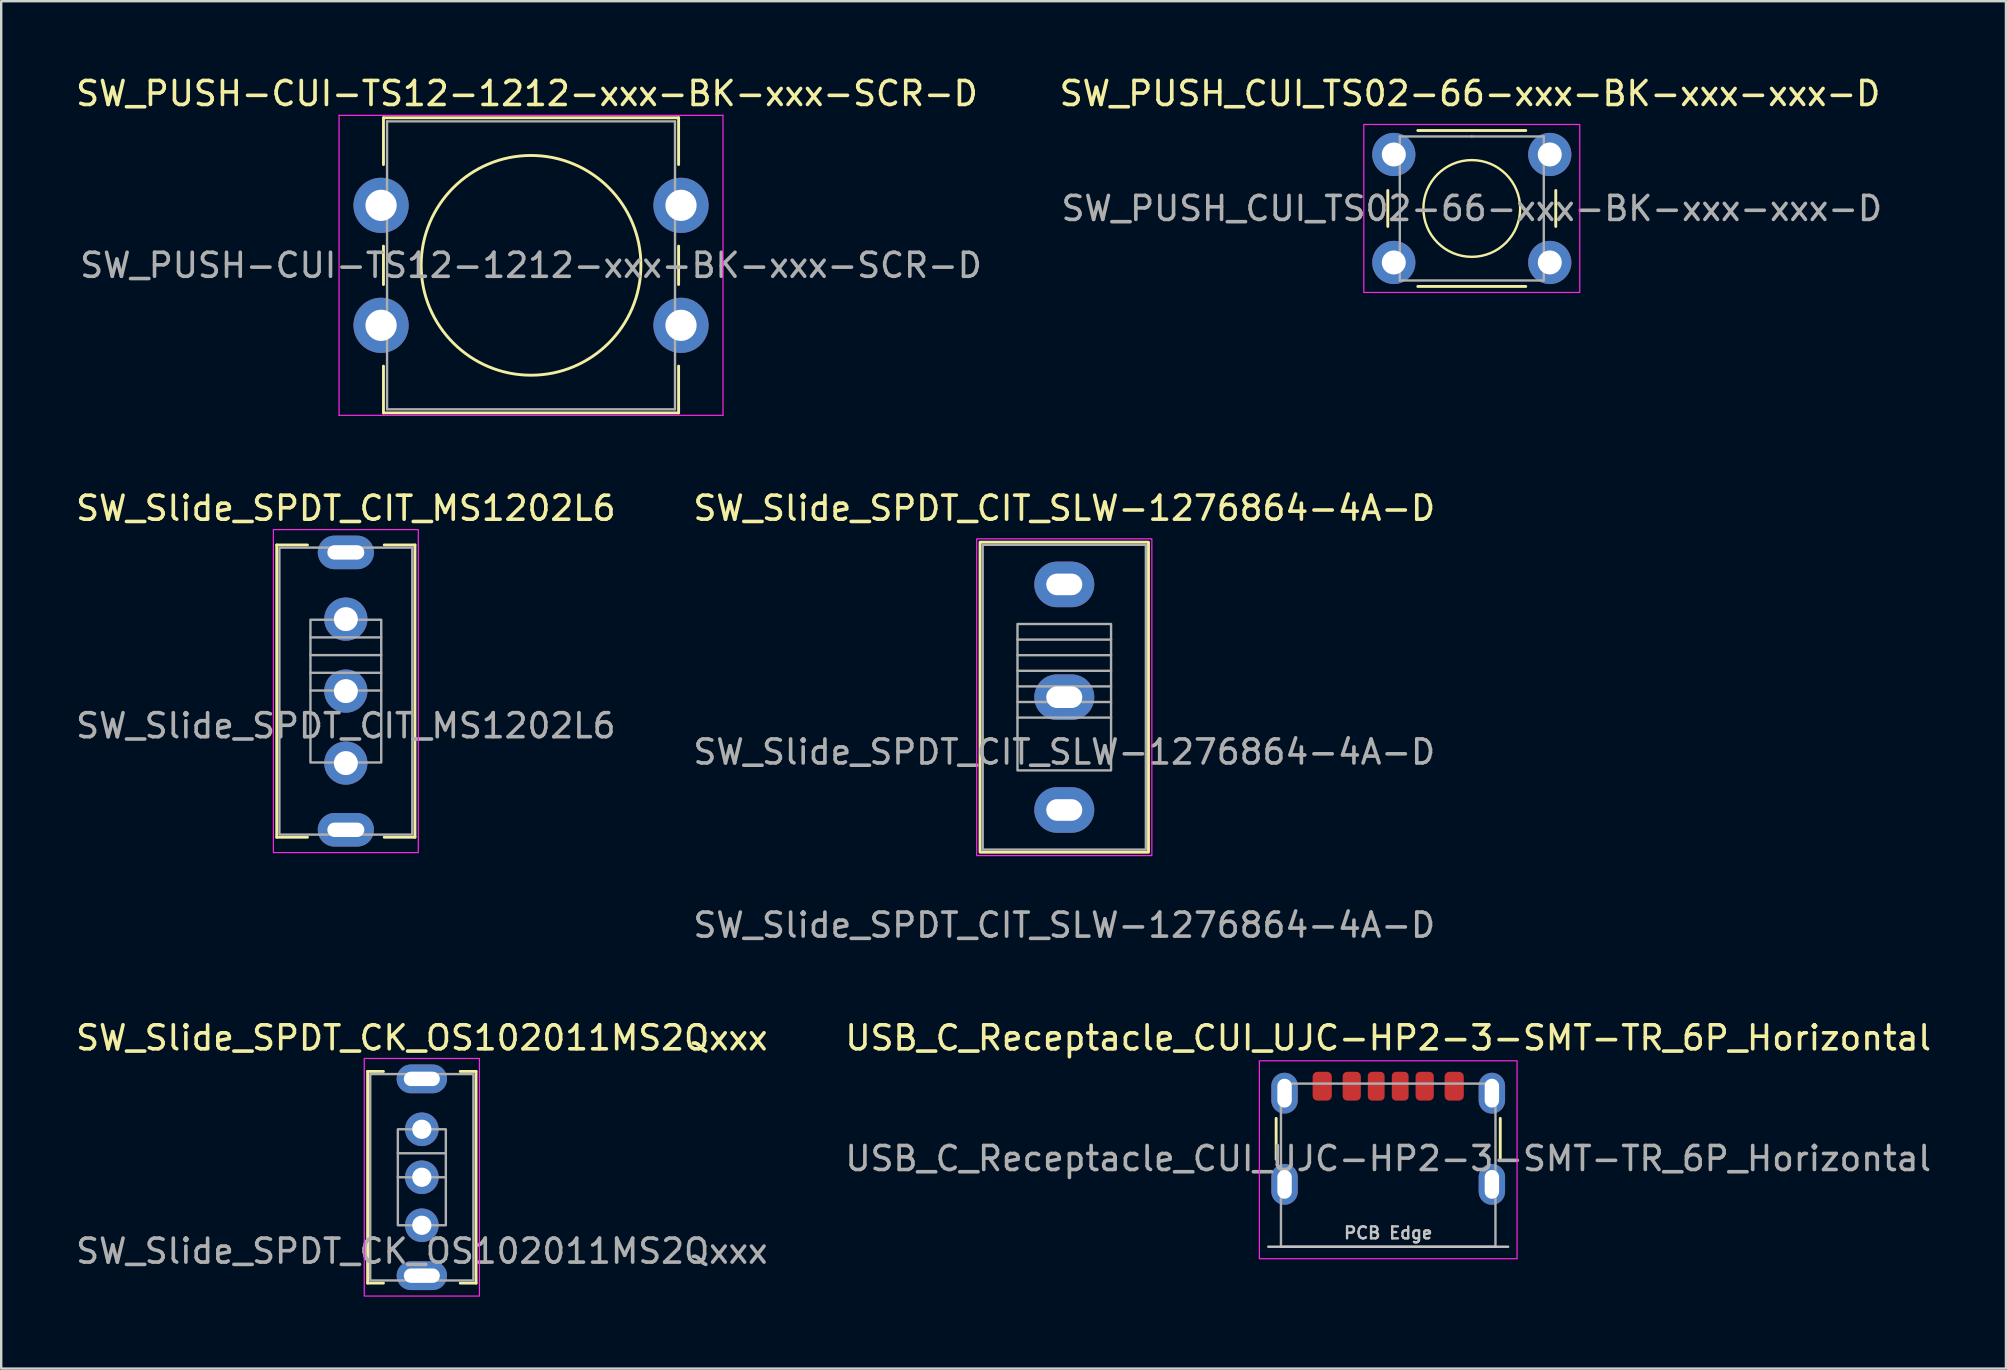
<source format=kicad_pcb>
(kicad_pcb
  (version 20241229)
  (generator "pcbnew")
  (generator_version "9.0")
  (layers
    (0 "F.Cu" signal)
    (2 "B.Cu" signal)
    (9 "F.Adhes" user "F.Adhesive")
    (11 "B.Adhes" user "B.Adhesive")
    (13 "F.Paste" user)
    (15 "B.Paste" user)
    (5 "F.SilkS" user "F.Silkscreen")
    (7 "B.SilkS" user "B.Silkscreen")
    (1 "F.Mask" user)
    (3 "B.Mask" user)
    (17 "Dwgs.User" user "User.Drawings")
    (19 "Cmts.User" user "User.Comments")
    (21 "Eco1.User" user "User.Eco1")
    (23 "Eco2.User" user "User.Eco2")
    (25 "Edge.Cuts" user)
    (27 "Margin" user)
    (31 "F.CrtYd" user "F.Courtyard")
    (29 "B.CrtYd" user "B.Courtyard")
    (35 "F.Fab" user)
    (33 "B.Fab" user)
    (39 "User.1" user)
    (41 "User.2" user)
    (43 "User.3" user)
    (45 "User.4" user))
  (footprint "SW_Slide_SPDT_CIT_SLW-1276864-4A-D"
    (layer "F.Cu")
    (at 41.304 21.306)
    (property "Reference" "SW_Slide_SPDT_CIT_SLW-1276864-4A-D" (at 0 -3.175 0) (unlocked yes) (layer "F.SilkS") (effects (font (size 1 1) (thickness 0.15))))
    (attr through_hole)
    (fp_rect (start -3.51 -1.76) (end 3.51 11.16) (stroke (width 0.12) (type default)) (fill no) (layer "F.SilkS"))
    (fp_rect (start -3.65 -1.9) (end 3.65 11.3) (stroke (width 0.05) (type default)) (fill no) (layer "F.CrtYd"))
    (fp_line (start 1.95 2.3) (end -1.95 2.3) (stroke (width 0.1) (type default)) (layer "F.Fab"))
    (fp_line (start 1.95 2.95) (end -1.95 2.95) (stroke (width 0.1) (type default)) (layer "F.Fab"))
    (fp_line (start 1.95 3.6) (end -1.95 3.6) (stroke (width 0.1) (type default)) (layer "F.Fab"))
    (fp_line (start 1.95 4.25) (end -1.95 4.25) (stroke (width 0.1) (type default)) (layer "F.Fab"))
    (fp_line (start 1.95 4.9) (end -1.95 4.9) (stroke (width 0.1) (type default)) (layer "F.Fab"))
    (fp_line (start 1.95 5.55) (end -1.95 5.55) (stroke (width 0.1) (type default)) (layer "F.Fab"))
    (fp_rect (start 1.95 1.65) (end -1.95 7.75) (stroke (width 0.1) (type default)) (fill no) (layer "F.Fab"))
    (fp_rect (start 3.4 -1.65) (end -3.4 11.05) (stroke (width 0.1) (type default)) (fill no) (layer "F.Fab"))
    (fp_text user "${REFERENCE}" (at 0 14.2 0) (unlocked yes) (layer "F.Fab") (effects (font (size 1 1) (thickness 0.15))))
    (fp_text user "${REFERENCE}" (at 0 6.985 0) (unlocked yes) (layer "F.Fab") (effects (font (size 1 1) (thickness 0.15))))
    (pad "1" thru_hole oval (at 0 0 270) (size 1.9 2.5) (drill oval 0.9 1.5) (layers "*.Cu" "*.Mask"))
    (pad "2" thru_hole oval (at 0 4.7 270) (size 1.9 2.5) (drill oval 0.9 1.5) (layers "*.Cu" "*.Mask"))
    (pad "3" thru_hole oval (at 0 9.4 270) (size 1.9 2.5) (drill oval 0.9 1.5) (layers "*.Cu" "*.Mask")))
  (footprint "SW_PUSH_CUI_TS02-66-xxx-BK-xxx-xxx-D"
    (layer "F.Cu")
    (at 55.037 3.388)
    (property "Reference" "SW_PUSH_CUI_TS02-66-xxx-BK-xxx-xxx-D" (at 3.175 -2.54 0) (layer "F.SilkS") (effects (font (size 1 1) (thickness 0.15))))
    (attr through_hole)
    (fp_line (start -0.25 1.5) (end -0.25 3) (stroke (width 0.12) (type solid)) (layer "F.SilkS"))
    (fp_line (start 1 5.5) (end 5.5 5.5) (stroke (width 0.12) (type solid)) (layer "F.SilkS"))
    (fp_line (start 5.5 -1) (end 1 -1) (stroke (width 0.12) (type solid)) (layer "F.SilkS"))
    (fp_line (start 6.75 3) (end 6.75 1.5) (stroke (width 0.12) (type solid)) (layer "F.SilkS"))
    (fp_circle (center 3.25 2.25) (end 5.266 2.25) (stroke (width 0.1) (type solid)) (fill no) (layer "F.SilkS"))
    (fp_rect (start -1.25 -1.25) (end 7.75 5.75) (stroke (width 0.05) (type default)) (fill no) (layer "F.CrtYd"))
    (fp_line (start 0.25 -0.75) (end 3.25 -0.75) (stroke (width 0.1) (type solid)) (layer "F.Fab"))
    (fp_line (start 0.25 5.25) (end 0.25 -0.75) (stroke (width 0.1) (type solid)) (layer "F.Fab"))
    (fp_line (start 3.25 -0.75) (end 6.25 -0.75) (stroke (width 0.1) (type solid)) (layer "F.Fab"))
    (fp_line (start 6.25 -0.75) (end 6.25 5.25) (stroke (width 0.1) (type solid)) (layer "F.Fab"))
    (fp_line (start 6.25 5.25) (end 0.25 5.25) (stroke (width 0.1) (type solid)) (layer "F.Fab"))
    (fp_text user "${REFERENCE}" (at 3.25 2.25 0) (layer "F.Fab") (effects (font (size 1 1) (thickness 0.15))))
    (pad "1" thru_hole circle (at 0 0 90) (size 1.8 1.8) (drill 1) (layers "*.Cu" "*.Mask"))
    (pad "1" thru_hole circle (at 6.5 0 90) (size 1.8 1.8) (drill 1) (layers "*.Cu" "*.Mask"))
    (pad "2" thru_hole circle (at 0 4.5 90) (size 1.8 1.8) (drill 1) (layers "*.Cu" "*.Mask"))
    (pad "2" thru_hole circle (at 6.5 4.5 90) (size 1.8 1.8) (drill 1) (layers "*.Cu" "*.Mask")))
  (footprint "SW_Slide_SPDT_CK_OS102011MS2Qxxx"
    (layer "F.Cu")
    (at 14.53 44.013)
    (property "Reference" "SW_Slide_SPDT_CK_OS102011MS2Qxxx" (at 0 -3.81 0) (unlocked yes) (layer "F.SilkS") (effects (font (size 1 1) (thickness 0.15))))
    (attr through_hole)
    (fp_line (start -2.26 -2.41) (end -1.6 -2.41) (stroke (width 0.12) (type default)) (layer "F.SilkS"))
    (fp_line (start -2.26 6.41) (end -2.26 -2.41) (stroke (width 0.12) (type default)) (layer "F.SilkS"))
    (fp_line (start -2.26 6.41) (end -1.6 6.41) (stroke (width 0.12) (type default)) (layer "F.SilkS"))
    (fp_line (start 2.26 -2.41) (end 1.6 -2.41) (stroke (width 0.12) (type default)) (layer "F.SilkS"))
    (fp_line (start 2.26 -2.41) (end 2.26 6.41) (stroke (width 0.12) (type default)) (layer "F.SilkS"))
    (fp_line (start 2.26 6.41) (end 1.6 6.41) (stroke (width 0.12) (type default)) (layer "F.SilkS"))
    (fp_rect (start -2.4 -2.95) (end 2.4 6.95) (stroke (width 0.05) (type default)) (fill no) (layer "F.CrtYd"))
    (fp_line (start -1 1) (end 1 1) (stroke (width 0.1) (type default)) (layer "F.Fab"))
    (fp_line (start -1 2) (end 1 2) (stroke (width 0.1) (type default)) (layer "F.Fab"))
    (fp_rect (start -2.15 -2.3) (end 2.15 6.3) (stroke (width 0.1) (type default)) (fill no) (layer "F.Fab"))
    (fp_rect (start -1 0) (end 1 4) (stroke (width 0.1) (type default)) (fill no) (layer "F.Fab"))
    (fp_text user "${REFERENCE}" (at 0 5.08 0) (unlocked yes) (layer "F.Fab") (effects (font (size 1 1) (thickness 0.15))))
    (pad "" thru_hole oval (at 0 -2.1) (size 2.1 1.2) (drill oval 1.5 0.6) (layers "*.Cu" "*.Mask"))
    (pad "" thru_hole oval (at 0 6.1) (size 2.1 1.2) (drill oval 1.5 0.6) (layers "*.Cu" "*.Mask"))
    (pad "1" thru_hole circle (at 0 0) (size 1.4 1.4) (drill 0.8) (layers "*.Cu" "*.Mask"))
    (pad "2" thru_hole circle (at 0 2) (size 1.4 1.4) (drill 0.8) (layers "*.Cu" "*.Mask"))
    (pad "3" thru_hole circle (at 0 4) (size 1.4 1.4) (drill 0.8) (layers "*.Cu" "*.Mask")))
  (footprint "USB_C_Receptacle_CUI_UJC-HP2-3-SMT-TR_6P_Horizontal"
    (layer "F.Cu")
    (at 54.804 48.908)
    (property "Reference" "USB_C_Receptacle_CUI_UJC-HP2-3-SMT-TR_6P_Horizontal" (at 0 -8.705 0) (unlocked yes) (layer "F.SilkS") (effects (font (size 1 1) (thickness 0.15))))
    (attr smd)
    (fp_line (start -4.67 -3.65) (end -4.67 -5.35) (stroke (width 0.12) (type solid)) (layer "F.SilkS"))
    (fp_line (start 4.67 -3.65) (end 4.67 -5.35) (stroke (width 0.12) (type solid)) (layer "F.SilkS"))
    (fp_line (start 5 0) (end -5 0) (stroke (width 0.1) (type solid)) (layer "Dwgs.User"))
    (fp_rect (start -5.37 -7.75) (end 5.37 0.5) (stroke (width 0.05) (type solid)) (fill no) (layer "F.CrtYd"))
    (fp_rect (start -4.47 -6.8) (end 4.47 0) (stroke (width 0.1) (type solid)) (fill no) (layer "F.Fab"))
    (fp_text user "PCB Edge" (at 0 -0.575 0) (unlocked yes) (layer "Dwgs.User") (effects (font (size 0.5 0.5) (thickness 0.1))))
    (fp_text user "${REFERENCE}" (at 0 -3.675 0) (unlocked yes) (layer "F.Fab") (effects (font (size 1 1) (thickness 0.15))))
    (pad "A5" smd roundrect (at -0.5 -6.69) (size 0.7 1.2) (layers "F.Cu" "F.Mask" "F.Paste") (roundrect_rratio 0.25))
    (pad "A9" smd roundrect (at 1.52 -6.69 180) (size 0.76 1.2) (layers "F.Cu" "F.Mask" "F.Paste") (roundrect_rratio 0.25))
    (pad "A12" smd roundrect (at 2.75 -6.69 180) (size 0.8 1.2) (layers "F.Cu" "F.Mask" "F.Paste") (roundrect_rratio 0.25))
    (pad "B5" smd roundrect (at 0.5 -6.69 180) (size 0.7 1.2) (layers "F.Cu" "F.Mask" "F.Paste") (roundrect_rratio 0.25))
    (pad "B9" smd roundrect (at -1.52 -6.69) (size 0.76 1.2) (layers "F.Cu" "F.Mask" "F.Paste") (roundrect_rratio 0.25))
    (pad "B12" smd roundrect (at -2.75 -6.69) (size 0.8 1.2) (layers "F.Cu" "F.Mask" "F.Paste") (roundrect_rratio 0.25))
    (pad "S1" thru_hole oval (at -4.32 -6.4) (size 1.1 1.7) (drill oval 0.6 1.2) (layers "*.Cu" "*.Mask" "F.Paste"))
    (pad "S1" thru_hole oval (at -4.32 -2.6) (size 1.1 1.7) (drill oval 0.6 1.2) (layers "*.Cu" "*.Mask" "F.Paste"))
    (pad "S1" thru_hole oval (at 4.32 -6.4) (size 1.1 1.7) (drill oval 0.6 1.2) (layers "*.Cu" "*.Mask" "F.Paste"))
    (pad "S1" thru_hole oval (at 4.32 -2.6) (size 1.1 1.7) (drill oval 0.6 1.2) (layers "*.Cu" "*.Mask" "F.Paste")))
  (footprint "SW_Slide_SPDT_CIT_MS1202L6"
    (layer "F.Cu")
    (at 11.363 22.752)
    (property "Reference" "SW_Slide_SPDT_CIT_MS1202L6" (at 0 -4.62 0) (unlocked yes) (layer "F.SilkS") (effects (font (size 1 1) (thickness 0.15))))
    (attr through_hole)
    (fp_line (start -2.88 -3.09) (end -1.6 -3.09) (stroke (width 0.12) (type default)) (layer "F.SilkS"))
    (fp_line (start -2.88 9.09) (end -2.88 -3.09) (stroke (width 0.12) (type default)) (layer "F.SilkS"))
    (fp_line (start -2.88 9.09) (end -1.6 9.09) (stroke (width 0.12) (type default)) (layer "F.SilkS"))
    (fp_line (start 2.88 -3.09) (end 1.6 -3.09) (stroke (width 0.12) (type default)) (layer "F.SilkS"))
    (fp_line (start 2.88 -3.09) (end 2.88 9.09) (stroke (width 0.12) (type default)) (layer "F.SilkS"))
    (fp_line (start 2.88 9.09) (end 1.6 9.09) (stroke (width 0.12) (type default)) (layer "F.SilkS"))
    (fp_rect (start -3.02 -3.73) (end 3.02 9.73) (stroke (width 0.05) (type default)) (fill no) (layer "F.CrtYd"))
    (fp_line (start -1.475 0.762) (end 1.475 0.762) (stroke (width 0.1) (type default)) (layer "F.Fab"))
    (fp_line (start -1.475 1.5) (end 1.475 1.5) (stroke (width 0.1) (type default)) (layer "F.Fab"))
    (fp_line (start -1.475 2.237) (end 1.475 2.237) (stroke (width 0.1) (type default)) (layer "F.Fab"))
    (fp_line (start -1.475 2.975) (end 1.475 2.975) (stroke (width 0.1) (type default)) (layer "F.Fab"))
    (fp_rect (start -2.77 -2.98) (end 2.77 8.98) (stroke (width 0.1) (type default)) (fill no) (layer "F.Fab"))
    (fp_rect (start -1.475 0.025) (end 1.475 5.975) (stroke (width 0.1) (type default)) (fill no) (layer "F.Fab"))
    (fp_text user "${REFERENCE}" (at 0 4.445 0) (unlocked yes) (layer "F.Fab") (effects (font (size 1 1) (thickness 0.15))))
    (pad "" thru_hole oval (at 0 -2.78) (size 2.34 1.4) (drill oval 1.54 0.6) (layers "*.Cu" "*.Mask"))
    (pad "" thru_hole oval (at 0 8.78) (size 2.34 1.4) (drill oval 1.54 0.6) (layers "*.Cu" "*.Mask"))
    (pad "1" thru_hole circle (at 0 0) (size 1.8 1.8) (drill 1) (layers "*.Cu" "*.Mask"))
    (pad "2" thru_hole circle (at 0 3) (size 1.8 1.8) (drill 1) (layers "*.Cu" "*.Mask"))
    (pad "3" thru_hole circle (at 0 6) (size 1.8 1.8) (drill 1) (layers "*.Cu" "*.Mask")))
  (footprint "SW_PUSH-CUI-TS12-1212-xxx-BK-xxx-SCR-D"
    (layer "F.Cu")
    (at 12.831 5.508)
    (property "Reference" "SW_PUSH-CUI-TS12-1212-xxx-BK-xxx-SCR-D" (at 6.08 -4.66 0) (layer "F.SilkS") (effects (font (size 1 1) (thickness 0.15))))
    (attr through_hole)
    (fp_line (start 0.1 -3.65) (end 12.4 -3.65) (stroke (width 0.12) (type solid)) (layer "F.SilkS"))
    (fp_line (start 0.1 -1.7) (end 0.1 -3.65) (stroke (width 0.12) (type solid)) (layer "F.SilkS"))
    (fp_line (start 0.1 3.3) (end 0.1 1.7) (stroke (width 0.12) (type solid)) (layer "F.SilkS"))
    (fp_line (start 0.1 8.65) (end 0.1 6.7) (stroke (width 0.12) (type solid)) (layer "F.SilkS"))
    (fp_line (start 12.4 -3.65) (end 12.4 -1.7) (stroke (width 0.12) (type solid)) (layer "F.SilkS"))
    (fp_line (start 12.4 1.7) (end 12.4 3.3) (stroke (width 0.12) (type solid)) (layer "F.SilkS"))
    (fp_line (start 12.4 6.7) (end 12.4 8.65) (stroke (width 0.12) (type solid)) (layer "F.SilkS"))
    (fp_line (start 12.4 8.65) (end 0.1 8.65) (stroke (width 0.12) (type solid)) (layer "F.SilkS"))
    (fp_circle (center 6.25 2.5) (end 10.829 2.5) (stroke (width 0.12) (type solid)) (fill no) (layer "F.SilkS"))
    (fp_line (start -1.75 -3.75) (end -1.75 8.75) (stroke (width 0.05) (type solid)) (layer "F.CrtYd"))
    (fp_line (start -1.75 -3.75) (end 14.25 -3.75) (stroke (width 0.05) (type solid)) (layer "F.CrtYd"))
    (fp_line (start 14.25 8.75) (end -1.75 8.75) (stroke (width 0.05) (type solid)) (layer "F.CrtYd"))
    (fp_line (start 14.25 8.75) (end 14.25 -3.75) (stroke (width 0.05) (type solid)) (layer "F.CrtYd"))
    (fp_line (start 0.25 -3.5) (end 0.25 8.5) (stroke (width 0.1) (type solid)) (layer "F.Fab"))
    (fp_line (start 0.25 -3.5) (end 12.25 -3.5) (stroke (width 0.1) (type solid)) (layer "F.Fab"))
    (fp_line (start 0.25 8.5) (end 12.25 8.5) (stroke (width 0.1) (type solid)) (layer "F.Fab"))
    (fp_line (start 12.25 -3.5) (end 12.25 8.5) (stroke (width 0.1) (type solid)) (layer "F.Fab"))
    (fp_text user "${REFERENCE}" (at 6.25 2.5 0) (layer "F.Fab") (effects (font (size 1 1) (thickness 0.15))))
    (pad "1" thru_hole circle (at 0 0) (size 2.3 2.3) (drill 1.3) (layers "*.Cu" "*.Mask"))
    (pad "1" thru_hole circle (at 12.5 0) (size 2.3 2.3) (drill 1.3) (layers "*.Cu" "*.Mask"))
    (pad "2" thru_hole circle (at 0 5) (size 2.3 2.3) (drill 1.3) (layers "*.Cu" "*.Mask"))
    (pad "2" thru_hole circle (at 12.5 5) (size 2.3 2.3) (drill 1.3) (layers "*.Cu" "*.Mask")))
  (gr_rect
    (start -3 -3)
    (end 80.548 53.988)
    (stroke (width 0.1) (type default))
    (fill no)
    (layer "Edge.Cuts")))
</source>
